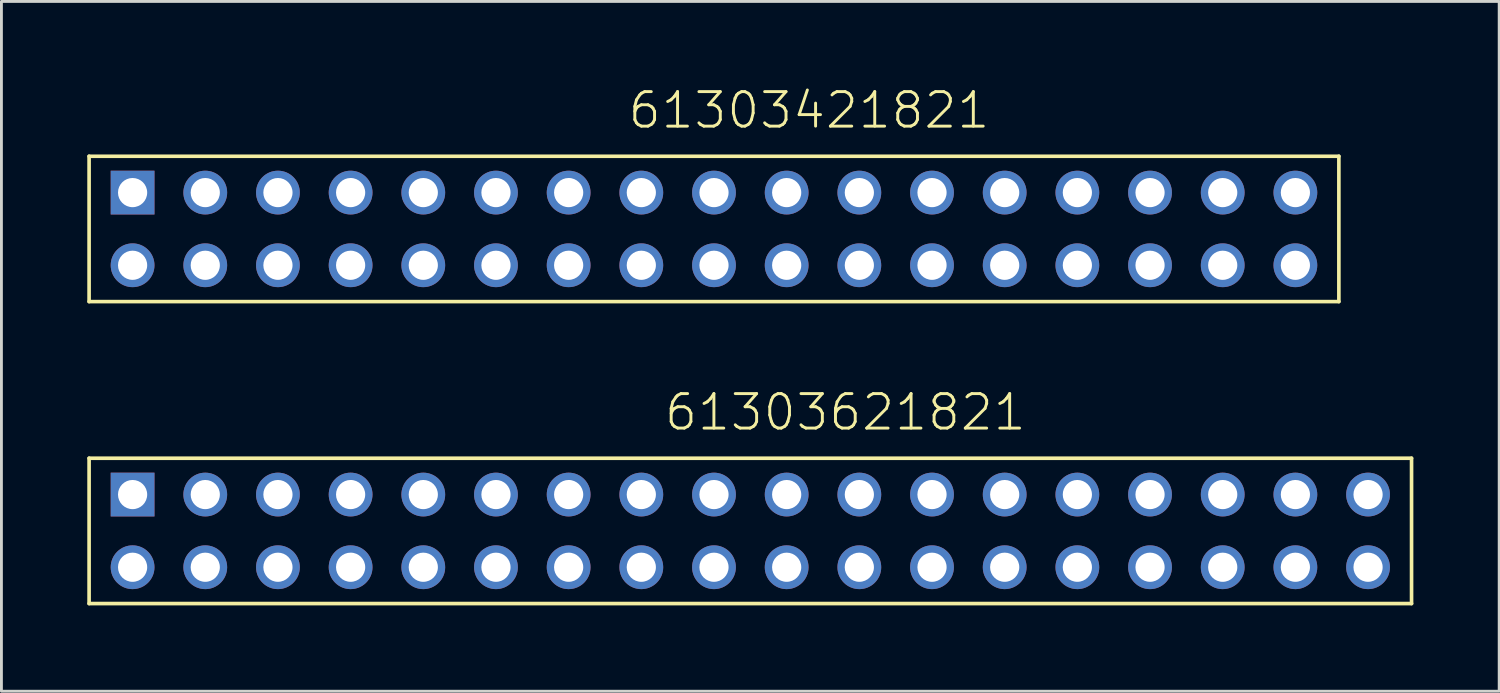
<source format=kicad_pcb>
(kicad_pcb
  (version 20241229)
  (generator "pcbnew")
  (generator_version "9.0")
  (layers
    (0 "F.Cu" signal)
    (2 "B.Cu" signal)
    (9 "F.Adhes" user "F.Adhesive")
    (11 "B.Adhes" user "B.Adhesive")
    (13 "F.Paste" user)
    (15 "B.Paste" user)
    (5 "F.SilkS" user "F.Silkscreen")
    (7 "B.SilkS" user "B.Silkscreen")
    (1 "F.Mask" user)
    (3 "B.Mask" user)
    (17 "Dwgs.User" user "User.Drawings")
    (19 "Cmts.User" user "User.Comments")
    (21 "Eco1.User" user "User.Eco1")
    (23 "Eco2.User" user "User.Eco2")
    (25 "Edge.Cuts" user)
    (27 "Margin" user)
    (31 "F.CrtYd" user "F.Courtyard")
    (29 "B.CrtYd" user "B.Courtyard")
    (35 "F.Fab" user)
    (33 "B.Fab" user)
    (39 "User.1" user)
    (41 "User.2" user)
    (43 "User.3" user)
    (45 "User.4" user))
  (footprint "61303621821"
    (layer "F.Cu")
    (at 23.174 15.505)
    (property "Reference" "61303621821" (at -3.063 -3.44 0) (layer "F.SilkS") (effects (font (size 1.206 1.206) (thickness 0.102)) (justify left bottom)))
    (attr through_hole)
    (fp_line (start -23.11 -2.54) (end -23.11 2.54) (stroke (width 0.127) (type solid)) (layer "F.SilkS"))
    (fp_line (start -23.11 2.54) (end 23.11 2.54) (stroke (width 0.127) (type solid)) (layer "F.SilkS"))
    (fp_line (start 23.11 -2.54) (end -23.11 -2.54) (stroke (width 0.127) (type solid)) (layer "F.SilkS"))
    (fp_line (start 23.11 2.54) (end 23.11 -2.54) (stroke (width 0.127) (type solid)) (layer "F.SilkS"))
    (fp_text user "1" (at -21.82 -1 0) (layer "Cmts.User") (effects (font (size 0.579 0.579) (thickness 0.049)) (justify left bottom)))
    (pad "1" thru_hole rect (at -21.59 -1.27) (size 1.53 1.53) (drill 1.02) (layers "*.Cu" "*.Mask"))
    (pad "2" thru_hole circle (at -19.05 -1.27) (size 1.53 1.53) (drill 1.02) (layers "*.Cu" "*.Mask"))
    (pad "3" thru_hole circle (at -16.51 -1.27) (size 1.53 1.53) (drill 1.02) (layers "*.Cu" "*.Mask"))
    (pad "4" thru_hole circle (at -13.97 -1.27) (size 1.53 1.53) (drill 1.02) (layers "*.Cu" "*.Mask"))
    (pad "5" thru_hole circle (at -11.43 -1.27) (size 1.53 1.53) (drill 1.02) (layers "*.Cu" "*.Mask"))
    (pad "6" thru_hole circle (at -8.89 -1.27) (size 1.53 1.53) (drill 1.02) (layers "*.Cu" "*.Mask"))
    (pad "7" thru_hole circle (at -6.35 -1.27) (size 1.53 1.53) (drill 1.02) (layers "*.Cu" "*.Mask"))
    (pad "8" thru_hole circle (at -3.81 -1.27) (size 1.53 1.53) (drill 1.02) (layers "*.Cu" "*.Mask"))
    (pad "9" thru_hole circle (at -1.27 -1.27) (size 1.53 1.53) (drill 1.02) (layers "*.Cu" "*.Mask"))
    (pad "10" thru_hole circle (at 1.27 -1.27) (size 1.53 1.53) (drill 1.02) (layers "*.Cu" "*.Mask"))
    (pad "11" thru_hole circle (at 3.81 -1.27) (size 1.53 1.53) (drill 1.02) (layers "*.Cu" "*.Mask"))
    (pad "12" thru_hole circle (at 6.35 -1.27) (size 1.53 1.53) (drill 1.02) (layers "*.Cu" "*.Mask"))
    (pad "13" thru_hole circle (at 8.89 -1.27) (size 1.53 1.53) (drill 1.02) (layers "*.Cu" "*.Mask"))
    (pad "14" thru_hole circle (at 11.43 -1.27) (size 1.53 1.53) (drill 1.02) (layers "*.Cu" "*.Mask"))
    (pad "15" thru_hole circle (at 13.97 -1.27) (size 1.53 1.53) (drill 1.02) (layers "*.Cu" "*.Mask"))
    (pad "16" thru_hole circle (at 16.51 -1.27) (size 1.53 1.53) (drill 1.02) (layers "*.Cu" "*.Mask"))
    (pad "17" thru_hole circle (at 19.05 -1.27) (size 1.53 1.53) (drill 1.02) (layers "*.Cu" "*.Mask"))
    (pad "18" thru_hole circle (at 21.59 -1.27) (size 1.53 1.53) (drill 1.02) (layers "*.Cu" "*.Mask"))
    (pad "19" thru_hole circle (at 21.59 1.27) (size 1.53 1.53) (drill 1.02) (layers "*.Cu" "*.Mask"))
    (pad "20" thru_hole circle (at 19.05 1.27) (size 1.53 1.53) (drill 1.02) (layers "*.Cu" "*.Mask"))
    (pad "21" thru_hole circle (at 16.51 1.27) (size 1.53 1.53) (drill 1.02) (layers "*.Cu" "*.Mask"))
    (pad "22" thru_hole circle (at 13.97 1.27) (size 1.53 1.53) (drill 1.02) (layers "*.Cu" "*.Mask"))
    (pad "23" thru_hole circle (at 11.43 1.27) (size 1.53 1.53) (drill 1.02) (layers "*.Cu" "*.Mask"))
    (pad "24" thru_hole circle (at 8.89 1.27) (size 1.53 1.53) (drill 1.02) (layers "*.Cu" "*.Mask"))
    (pad "25" thru_hole circle (at 6.35 1.27) (size 1.53 1.53) (drill 1.02) (layers "*.Cu" "*.Mask"))
    (pad "26" thru_hole circle (at 3.81 1.27) (size 1.53 1.53) (drill 1.02) (layers "*.Cu" "*.Mask"))
    (pad "27" thru_hole circle (at 1.27 1.27) (size 1.53 1.53) (drill 1.02) (layers "*.Cu" "*.Mask"))
    (pad "28" thru_hole circle (at -1.27 1.27) (size 1.53 1.53) (drill 1.02) (layers "*.Cu" "*.Mask"))
    (pad "29" thru_hole circle (at -3.81 1.27) (size 1.53 1.53) (drill 1.02) (layers "*.Cu" "*.Mask"))
    (pad "30" thru_hole circle (at -6.35 1.27) (size 1.53 1.53) (drill 1.02) (layers "*.Cu" "*.Mask"))
    (pad "31" thru_hole circle (at -8.89 1.27) (size 1.53 1.53) (drill 1.02) (layers "*.Cu" "*.Mask"))
    (pad "32" thru_hole circle (at -11.43 1.27) (size 1.53 1.53) (drill 1.02) (layers "*.Cu" "*.Mask"))
    (pad "33" thru_hole circle (at -13.97 1.27) (size 1.53 1.53) (drill 1.02) (layers "*.Cu" "*.Mask"))
    (pad "34" thru_hole circle (at -16.51 1.27) (size 1.53 1.53) (drill 1.02) (layers "*.Cu" "*.Mask"))
    (pad "35" thru_hole circle (at -19.05 1.27) (size 1.53 1.53) (drill 1.02) (layers "*.Cu" "*.Mask"))
    (pad "36" thru_hole circle (at -21.59 1.27) (size 1.53 1.53) (drill 1.02) (layers "*.Cu" "*.Mask")))
  (footprint "61303421821"
    (layer "F.Cu")
    (at 21.904 4.951)
    (property "Reference" "61303421821" (at -3.063 -3.44 0) (layer "F.SilkS") (effects (font (size 1.206 1.206) (thickness 0.102)) (justify left bottom)))
    (attr through_hole)
    (fp_line (start -21.84 -2.54) (end -21.84 2.54) (stroke (width 0.127) (type solid)) (layer "F.SilkS"))
    (fp_line (start -21.84 2.54) (end 21.84 2.54) (stroke (width 0.127) (type solid)) (layer "F.SilkS"))
    (fp_line (start 21.84 -2.54) (end -21.84 -2.54) (stroke (width 0.127) (type solid)) (layer "F.SilkS"))
    (fp_line (start 21.84 2.54) (end 21.84 -2.54) (stroke (width 0.127) (type solid)) (layer "F.SilkS"))
    (fp_text user "1" (at -20.55 -1 0) (layer "Cmts.User") (effects (font (size 0.579 0.579) (thickness 0.049)) (justify left bottom)))
    (pad "1" thru_hole rect (at -20.32 -1.27) (size 1.53 1.53) (drill 1.02) (layers "*.Cu" "*.Mask"))
    (pad "2" thru_hole circle (at -17.78 -1.27) (size 1.53 1.53) (drill 1.02) (layers "*.Cu" "*.Mask"))
    (pad "3" thru_hole circle (at -15.24 -1.27) (size 1.53 1.53) (drill 1.02) (layers "*.Cu" "*.Mask"))
    (pad "4" thru_hole circle (at -12.7 -1.27) (size 1.53 1.53) (drill 1.02) (layers "*.Cu" "*.Mask"))
    (pad "5" thru_hole circle (at -10.16 -1.27) (size 1.53 1.53) (drill 1.02) (layers "*.Cu" "*.Mask"))
    (pad "6" thru_hole circle (at -7.62 -1.27) (size 1.53 1.53) (drill 1.02) (layers "*.Cu" "*.Mask"))
    (pad "7" thru_hole circle (at -5.08 -1.27) (size 1.53 1.53) (drill 1.02) (layers "*.Cu" "*.Mask"))
    (pad "8" thru_hole circle (at -2.54 -1.27) (size 1.53 1.53) (drill 1.02) (layers "*.Cu" "*.Mask"))
    (pad "9" thru_hole circle (at 0 -1.27) (size 1.53 1.53) (drill 1.02) (layers "*.Cu" "*.Mask"))
    (pad "10" thru_hole circle (at 2.54 -1.27) (size 1.53 1.53) (drill 1.02) (layers "*.Cu" "*.Mask"))
    (pad "11" thru_hole circle (at 5.08 -1.27) (size 1.53 1.53) (drill 1.02) (layers "*.Cu" "*.Mask"))
    (pad "12" thru_hole circle (at 7.62 -1.27) (size 1.53 1.53) (drill 1.02) (layers "*.Cu" "*.Mask"))
    (pad "13" thru_hole circle (at 10.16 -1.27) (size 1.53 1.53) (drill 1.02) (layers "*.Cu" "*.Mask"))
    (pad "14" thru_hole circle (at 12.7 -1.27) (size 1.53 1.53) (drill 1.02) (layers "*.Cu" "*.Mask"))
    (pad "15" thru_hole circle (at 15.24 -1.27) (size 1.53 1.53) (drill 1.02) (layers "*.Cu" "*.Mask"))
    (pad "16" thru_hole circle (at 17.78 -1.27) (size 1.53 1.53) (drill 1.02) (layers "*.Cu" "*.Mask"))
    (pad "17" thru_hole circle (at 20.32 -1.27) (size 1.53 1.53) (drill 1.02) (layers "*.Cu" "*.Mask"))
    (pad "18" thru_hole circle (at 20.32 1.27) (size 1.53 1.53) (drill 1.02) (layers "*.Cu" "*.Mask"))
    (pad "19" thru_hole circle (at 17.78 1.27) (size 1.53 1.53) (drill 1.02) (layers "*.Cu" "*.Mask"))
    (pad "20" thru_hole circle (at 15.24 1.27) (size 1.53 1.53) (drill 1.02) (layers "*.Cu" "*.Mask"))
    (pad "21" thru_hole circle (at 12.7 1.27) (size 1.53 1.53) (drill 1.02) (layers "*.Cu" "*.Mask"))
    (pad "22" thru_hole circle (at 10.16 1.27) (size 1.53 1.53) (drill 1.02) (layers "*.Cu" "*.Mask"))
    (pad "23" thru_hole circle (at 7.62 1.27) (size 1.53 1.53) (drill 1.02) (layers "*.Cu" "*.Mask"))
    (pad "24" thru_hole circle (at 5.08 1.27) (size 1.53 1.53) (drill 1.02) (layers "*.Cu" "*.Mask"))
    (pad "25" thru_hole circle (at 2.54 1.27) (size 1.53 1.53) (drill 1.02) (layers "*.Cu" "*.Mask"))
    (pad "26" thru_hole circle (at 0 1.27) (size 1.53 1.53) (drill 1.02) (layers "*.Cu" "*.Mask"))
    (pad "27" thru_hole circle (at -2.54 1.27) (size 1.53 1.53) (drill 1.02) (layers "*.Cu" "*.Mask"))
    (pad "28" thru_hole circle (at -5.08 1.27) (size 1.53 1.53) (drill 1.02) (layers "*.Cu" "*.Mask"))
    (pad "29" thru_hole circle (at -7.62 1.27) (size 1.53 1.53) (drill 1.02) (layers "*.Cu" "*.Mask"))
    (pad "30" thru_hole circle (at -10.16 1.27) (size 1.53 1.53) (drill 1.02) (layers "*.Cu" "*.Mask"))
    (pad "31" thru_hole circle (at -12.7 1.27) (size 1.53 1.53) (drill 1.02) (layers "*.Cu" "*.Mask"))
    (pad "32" thru_hole circle (at -15.24 1.27) (size 1.53 1.53) (drill 1.02) (layers "*.Cu" "*.Mask"))
    (pad "33" thru_hole circle (at -17.78 1.27) (size 1.53 1.53) (drill 1.02) (layers "*.Cu" "*.Mask"))
    (pad "34" thru_hole circle (at -20.32 1.27) (size 1.53 1.53) (drill 1.02) (layers "*.Cu" "*.Mask")))
  (gr_rect
    (start -3 -3)
    (end 49.347 21.109)
    (stroke (width 0.1) (type default))
    (fill no)
    (layer "Edge.Cuts")))
</source>
